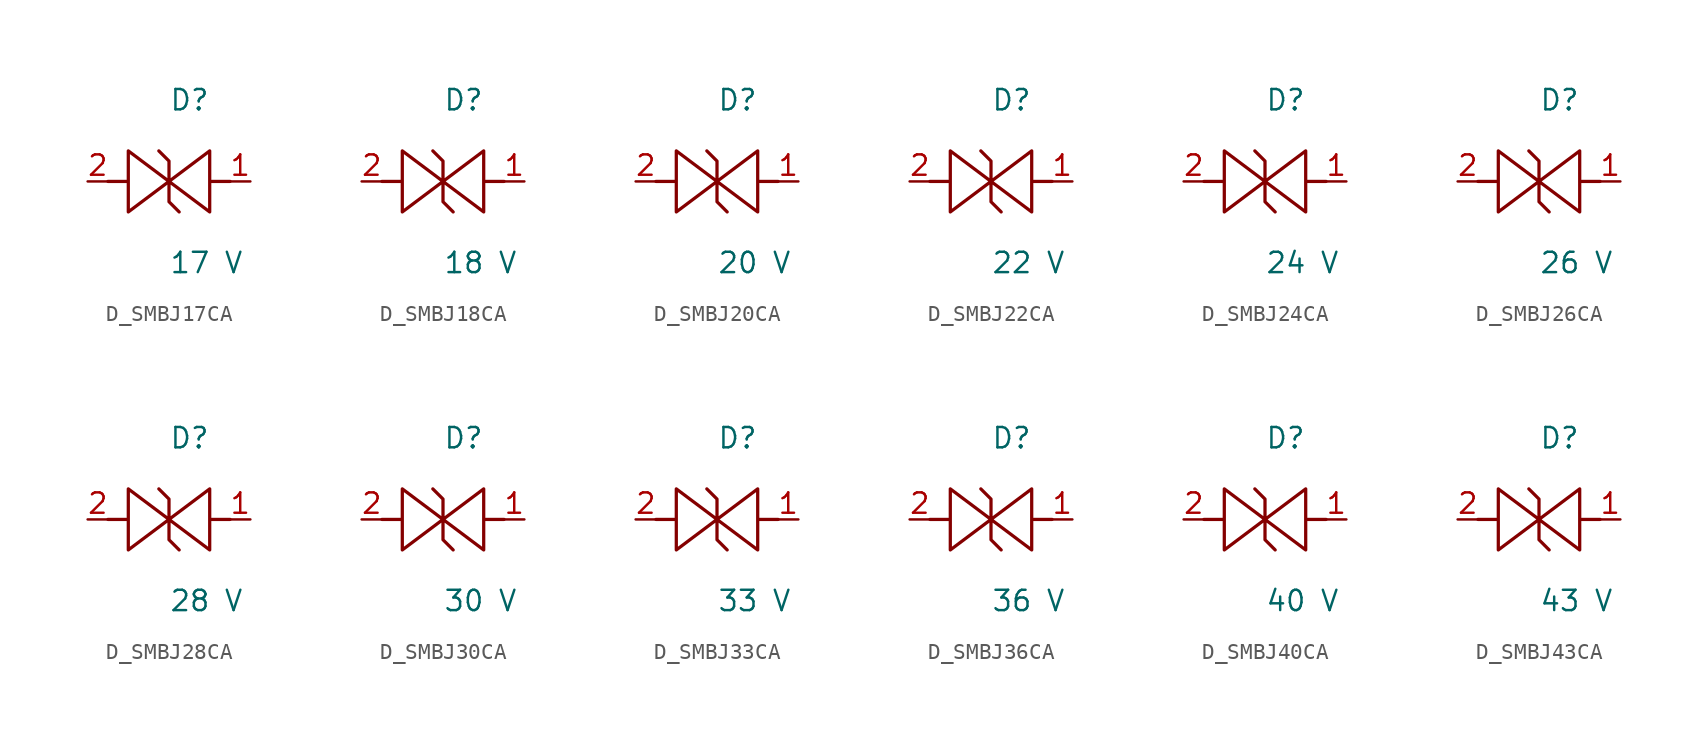
<source format=kicad_sym>
(kicad_symbol_lib
  (version 20231120)
  (generator kicad_symbol_editor)
  (generator_version 8.0)
  (symbol "D_SMBJ17CA"
    (pin_names
      (offset 0.254))
    (property "Reference" "D"
      (at 0.0 5.08 0)
      (effects (font (size 1.27 1.27)) (justify left)))
    (property "Value" "17 V"
      (at 0.0 -5.08 0)
      (effects (font (size 1.27 1.27)) (justify left)))
    (symbol "D_SMBJ17CA_1_0"
      (polyline (pts (xy 3.81 0) (xy 2.54 0) (xy 2.54 1.905) (xy 0 0) (xy 0 1.27) (xy -0.635 1.905) (xy 0 1.27) (xy 0 0) (xy -2.54 1.905) (xy -2.54 0) (xy -3.81 0) (xy -2.54 0) (xy -2.54 -1.905) (xy 0 0) (xy 0 -1.27) (xy 0.635 -1.905) (xy 0 -1.27) (xy 0 0) (xy 2.54 -1.905) (xy 2.54 0)) (stroke (width 0.203) (type default)) (fill (type none)))
      (pin unspecified line (at 5.08 0 180) (length 1.27) (name "" (effects (font (size 1.27 1.27)))) (number "1" (effects (font (size 1.27 1.27)))))
      (pin unspecified line (at -5.08 0 0) (length 1.27) (name "" (effects (font (size 1.27 1.27)))) (number "2" (effects (font (size 1.27 1.27)))))))
  (symbol "D_SMBJ18CA"
    (pin_names
      (offset 0.254))
    (property "Reference" "D"
      (at 0.0 5.08 0)
      (effects (font (size 1.27 1.27)) (justify left)))
    (property "Value" "18 V"
      (at 0.0 -5.08 0)
      (effects (font (size 1.27 1.27)) (justify left)))
    (symbol "D_SMBJ18CA_1_0"
      (polyline (pts (xy 3.81 0) (xy 2.54 0) (xy 2.54 1.905) (xy 0 0) (xy 0 1.27) (xy -0.635 1.905) (xy 0 1.27) (xy 0 0) (xy -2.54 1.905) (xy -2.54 0) (xy -3.81 0) (xy -2.54 0) (xy -2.54 -1.905) (xy 0 0) (xy 0 -1.27) (xy 0.635 -1.905) (xy 0 -1.27) (xy 0 0) (xy 2.54 -1.905) (xy 2.54 0)) (stroke (width 0.203) (type default)) (fill (type none)))
      (pin unspecified line (at 5.08 0 180) (length 1.27) (name "" (effects (font (size 1.27 1.27)))) (number "1" (effects (font (size 1.27 1.27)))))
      (pin unspecified line (at -5.08 0 0) (length 1.27) (name "" (effects (font (size 1.27 1.27)))) (number "2" (effects (font (size 1.27 1.27)))))))
  (symbol "D_SMBJ20CA"
    (pin_names
      (offset 0.254))
    (property "Reference" "D"
      (at 0.0 5.08 0)
      (effects (font (size 1.27 1.27)) (justify left)))
    (property "Value" "20 V"
      (at 0.0 -5.08 0)
      (effects (font (size 1.27 1.27)) (justify left)))
    (symbol "D_SMBJ20CA_1_0"
      (polyline (pts (xy 3.81 0) (xy 2.54 0) (xy 2.54 1.905) (xy 0 0) (xy 0 1.27) (xy -0.635 1.905) (xy 0 1.27) (xy 0 0) (xy -2.54 1.905) (xy -2.54 0) (xy -3.81 0) (xy -2.54 0) (xy -2.54 -1.905) (xy 0 0) (xy 0 -1.27) (xy 0.635 -1.905) (xy 0 -1.27) (xy 0 0) (xy 2.54 -1.905) (xy 2.54 0)) (stroke (width 0.203) (type default)) (fill (type none)))
      (pin unspecified line (at 5.08 0 180) (length 1.27) (name "" (effects (font (size 1.27 1.27)))) (number "1" (effects (font (size 1.27 1.27)))))
      (pin unspecified line (at -5.08 0 0) (length 1.27) (name "" (effects (font (size 1.27 1.27)))) (number "2" (effects (font (size 1.27 1.27)))))))
  (symbol "D_SMBJ22CA"
    (pin_names
      (offset 0.254))
    (property "Reference" "D"
      (at 0.0 5.08 0)
      (effects (font (size 1.27 1.27)) (justify left)))
    (property "Value" "22 V"
      (at 0.0 -5.08 0)
      (effects (font (size 1.27 1.27)) (justify left)))
    (symbol "D_SMBJ22CA_1_0"
      (polyline (pts (xy 3.81 0) (xy 2.54 0) (xy 2.54 1.905) (xy 0 0) (xy 0 1.27) (xy -0.635 1.905) (xy 0 1.27) (xy 0 0) (xy -2.54 1.905) (xy -2.54 0) (xy -3.81 0) (xy -2.54 0) (xy -2.54 -1.905) (xy 0 0) (xy 0 -1.27) (xy 0.635 -1.905) (xy 0 -1.27) (xy 0 0) (xy 2.54 -1.905) (xy 2.54 0)) (stroke (width 0.203) (type default)) (fill (type none)))
      (pin unspecified line (at 5.08 0 180) (length 1.27) (name "" (effects (font (size 1.27 1.27)))) (number "1" (effects (font (size 1.27 1.27)))))
      (pin unspecified line (at -5.08 0 0) (length 1.27) (name "" (effects (font (size 1.27 1.27)))) (number "2" (effects (font (size 1.27 1.27)))))))
  (symbol "D_SMBJ24CA"
    (pin_names
      (offset 0.254))
    (property "Reference" "D"
      (at 0.0 5.08 0)
      (effects (font (size 1.27 1.27)) (justify left)))
    (property "Value" "24 V"
      (at 0.0 -5.08 0)
      (effects (font (size 1.27 1.27)) (justify left)))
    (symbol "D_SMBJ24CA_1_0"
      (polyline (pts (xy 3.81 0) (xy 2.54 0) (xy 2.54 1.905) (xy 0 0) (xy 0 1.27) (xy -0.635 1.905) (xy 0 1.27) (xy 0 0) (xy -2.54 1.905) (xy -2.54 0) (xy -3.81 0) (xy -2.54 0) (xy -2.54 -1.905) (xy 0 0) (xy 0 -1.27) (xy 0.635 -1.905) (xy 0 -1.27) (xy 0 0) (xy 2.54 -1.905) (xy 2.54 0)) (stroke (width 0.203) (type default)) (fill (type none)))
      (pin unspecified line (at 5.08 0 180) (length 1.27) (name "" (effects (font (size 1.27 1.27)))) (number "1" (effects (font (size 1.27 1.27)))))
      (pin unspecified line (at -5.08 0 0) (length 1.27) (name "" (effects (font (size 1.27 1.27)))) (number "2" (effects (font (size 1.27 1.27)))))))
  (symbol "D_SMBJ26CA"
    (pin_names
      (offset 0.254))
    (property "Reference" "D"
      (at 0.0 5.08 0)
      (effects (font (size 1.27 1.27)) (justify left)))
    (property "Value" "26 V"
      (at 0.0 -5.08 0)
      (effects (font (size 1.27 1.27)) (justify left)))
    (symbol "D_SMBJ26CA_1_0"
      (polyline (pts (xy 3.81 0) (xy 2.54 0) (xy 2.54 1.905) (xy 0 0) (xy 0 1.27) (xy -0.635 1.905) (xy 0 1.27) (xy 0 0) (xy -2.54 1.905) (xy -2.54 0) (xy -3.81 0) (xy -2.54 0) (xy -2.54 -1.905) (xy 0 0) (xy 0 -1.27) (xy 0.635 -1.905) (xy 0 -1.27) (xy 0 0) (xy 2.54 -1.905) (xy 2.54 0)) (stroke (width 0.203) (type default)) (fill (type none)))
      (pin unspecified line (at 5.08 0 180) (length 1.27) (name "" (effects (font (size 1.27 1.27)))) (number "1" (effects (font (size 1.27 1.27)))))
      (pin unspecified line (at -5.08 0 0) (length 1.27) (name "" (effects (font (size 1.27 1.27)))) (number "2" (effects (font (size 1.27 1.27)))))))
  (symbol "D_SMBJ28CA"
    (pin_names
      (offset 0.254))
    (property "Reference" "D"
      (at 0.0 5.08 0)
      (effects (font (size 1.27 1.27)) (justify left)))
    (property "Value" "28 V"
      (at 0.0 -5.08 0)
      (effects (font (size 1.27 1.27)) (justify left)))
    (symbol "D_SMBJ28CA_1_0"
      (polyline (pts (xy 3.81 0) (xy 2.54 0) (xy 2.54 1.905) (xy 0 0) (xy 0 1.27) (xy -0.635 1.905) (xy 0 1.27) (xy 0 0) (xy -2.54 1.905) (xy -2.54 0) (xy -3.81 0) (xy -2.54 0) (xy -2.54 -1.905) (xy 0 0) (xy 0 -1.27) (xy 0.635 -1.905) (xy 0 -1.27) (xy 0 0) (xy 2.54 -1.905) (xy 2.54 0)) (stroke (width 0.203) (type default)) (fill (type none)))
      (pin unspecified line (at 5.08 0 180) (length 1.27) (name "" (effects (font (size 1.27 1.27)))) (number "1" (effects (font (size 1.27 1.27)))))
      (pin unspecified line (at -5.08 0 0) (length 1.27) (name "" (effects (font (size 1.27 1.27)))) (number "2" (effects (font (size 1.27 1.27)))))))
  (symbol "D_SMBJ30CA"
    (pin_names
      (offset 0.254))
    (property "Reference" "D"
      (at 0.0 5.08 0)
      (effects (font (size 1.27 1.27)) (justify left)))
    (property "Value" "30 V"
      (at 0.0 -5.08 0)
      (effects (font (size 1.27 1.27)) (justify left)))
    (symbol "D_SMBJ30CA_1_0"
      (polyline (pts (xy 3.81 0) (xy 2.54 0) (xy 2.54 1.905) (xy 0 0) (xy 0 1.27) (xy -0.635 1.905) (xy 0 1.27) (xy 0 0) (xy -2.54 1.905) (xy -2.54 0) (xy -3.81 0) (xy -2.54 0) (xy -2.54 -1.905) (xy 0 0) (xy 0 -1.27) (xy 0.635 -1.905) (xy 0 -1.27) (xy 0 0) (xy 2.54 -1.905) (xy 2.54 0)) (stroke (width 0.203) (type default)) (fill (type none)))
      (pin unspecified line (at 5.08 0 180) (length 1.27) (name "" (effects (font (size 1.27 1.27)))) (number "1" (effects (font (size 1.27 1.27)))))
      (pin unspecified line (at -5.08 0 0) (length 1.27) (name "" (effects (font (size 1.27 1.27)))) (number "2" (effects (font (size 1.27 1.27)))))))
  (symbol "D_SMBJ33CA"
    (pin_names
      (offset 0.254))
    (property "Reference" "D"
      (at 0.0 5.08 0)
      (effects (font (size 1.27 1.27)) (justify left)))
    (property "Value" "33 V"
      (at 0.0 -5.08 0)
      (effects (font (size 1.27 1.27)) (justify left)))
    (symbol "D_SMBJ33CA_1_0"
      (polyline (pts (xy 3.81 0) (xy 2.54 0) (xy 2.54 1.905) (xy 0 0) (xy 0 1.27) (xy -0.635 1.905) (xy 0 1.27) (xy 0 0) (xy -2.54 1.905) (xy -2.54 0) (xy -3.81 0) (xy -2.54 0) (xy -2.54 -1.905) (xy 0 0) (xy 0 -1.27) (xy 0.635 -1.905) (xy 0 -1.27) (xy 0 0) (xy 2.54 -1.905) (xy 2.54 0)) (stroke (width 0.203) (type default)) (fill (type none)))
      (pin unspecified line (at 5.08 0 180) (length 1.27) (name "" (effects (font (size 1.27 1.27)))) (number "1" (effects (font (size 1.27 1.27)))))
      (pin unspecified line (at -5.08 0 0) (length 1.27) (name "" (effects (font (size 1.27 1.27)))) (number "2" (effects (font (size 1.27 1.27)))))))
  (symbol "D_SMBJ36CA"
    (pin_names
      (offset 0.254))
    (property "Reference" "D"
      (at 0.0 5.08 0)
      (effects (font (size 1.27 1.27)) (justify left)))
    (property "Value" "36 V"
      (at 0.0 -5.08 0)
      (effects (font (size 1.27 1.27)) (justify left)))
    (symbol "D_SMBJ36CA_1_0"
      (polyline (pts (xy 3.81 0) (xy 2.54 0) (xy 2.54 1.905) (xy 0 0) (xy 0 1.27) (xy -0.635 1.905) (xy 0 1.27) (xy 0 0) (xy -2.54 1.905) (xy -2.54 0) (xy -3.81 0) (xy -2.54 0) (xy -2.54 -1.905) (xy 0 0) (xy 0 -1.27) (xy 0.635 -1.905) (xy 0 -1.27) (xy 0 0) (xy 2.54 -1.905) (xy 2.54 0)) (stroke (width 0.203) (type default)) (fill (type none)))
      (pin unspecified line (at 5.08 0 180) (length 1.27) (name "" (effects (font (size 1.27 1.27)))) (number "1" (effects (font (size 1.27 1.27)))))
      (pin unspecified line (at -5.08 0 0) (length 1.27) (name "" (effects (font (size 1.27 1.27)))) (number "2" (effects (font (size 1.27 1.27)))))))
  (symbol "D_SMBJ40CA"
    (pin_names
      (offset 0.254))
    (property "Reference" "D"
      (at 0.0 5.08 0)
      (effects (font (size 1.27 1.27)) (justify left)))
    (property "Value" "40 V"
      (at 0.0 -5.08 0)
      (effects (font (size 1.27 1.27)) (justify left)))
    (symbol "D_SMBJ40CA_1_0"
      (polyline (pts (xy 3.81 0) (xy 2.54 0) (xy 2.54 1.905) (xy 0 0) (xy 0 1.27) (xy -0.635 1.905) (xy 0 1.27) (xy 0 0) (xy -2.54 1.905) (xy -2.54 0) (xy -3.81 0) (xy -2.54 0) (xy -2.54 -1.905) (xy 0 0) (xy 0 -1.27) (xy 0.635 -1.905) (xy 0 -1.27) (xy 0 0) (xy 2.54 -1.905) (xy 2.54 0)) (stroke (width 0.203) (type default)) (fill (type none)))
      (pin unspecified line (at 5.08 0 180) (length 1.27) (name "" (effects (font (size 1.27 1.27)))) (number "1" (effects (font (size 1.27 1.27)))))
      (pin unspecified line (at -5.08 0 0) (length 1.27) (name "" (effects (font (size 1.27 1.27)))) (number "2" (effects (font (size 1.27 1.27)))))))
  (symbol "D_SMBJ43CA"
    (pin_names
      (offset 0.254))
    (property "Reference" "D"
      (at 0.0 5.08 0)
      (effects (font (size 1.27 1.27)) (justify left)))
    (property "Value" "43 V"
      (at 0.0 -5.08 0)
      (effects (font (size 1.27 1.27)) (justify left)))
    (symbol "D_SMBJ43CA_1_0"
      (polyline (pts (xy 3.81 0) (xy 2.54 0) (xy 2.54 1.905) (xy 0 0) (xy 0 1.27) (xy -0.635 1.905) (xy 0 1.27) (xy 0 0) (xy -2.54 1.905) (xy -2.54 0) (xy -3.81 0) (xy -2.54 0) (xy -2.54 -1.905) (xy 0 0) (xy 0 -1.27) (xy 0.635 -1.905) (xy 0 -1.27) (xy 0 0) (xy 2.54 -1.905) (xy 2.54 0)) (stroke (width 0.203) (type default)) (fill (type none)))
      (pin unspecified line (at 5.08 0 180) (length 1.27) (name "" (effects (font (size 1.27 1.27)))) (number "1" (effects (font (size 1.27 1.27)))))
      (pin unspecified line (at -5.08 0 0) (length 1.27) (name "" (effects (font (size 1.27 1.27)))) (number "2" (effects (font (size 1.27 1.27))))))))
</source>
